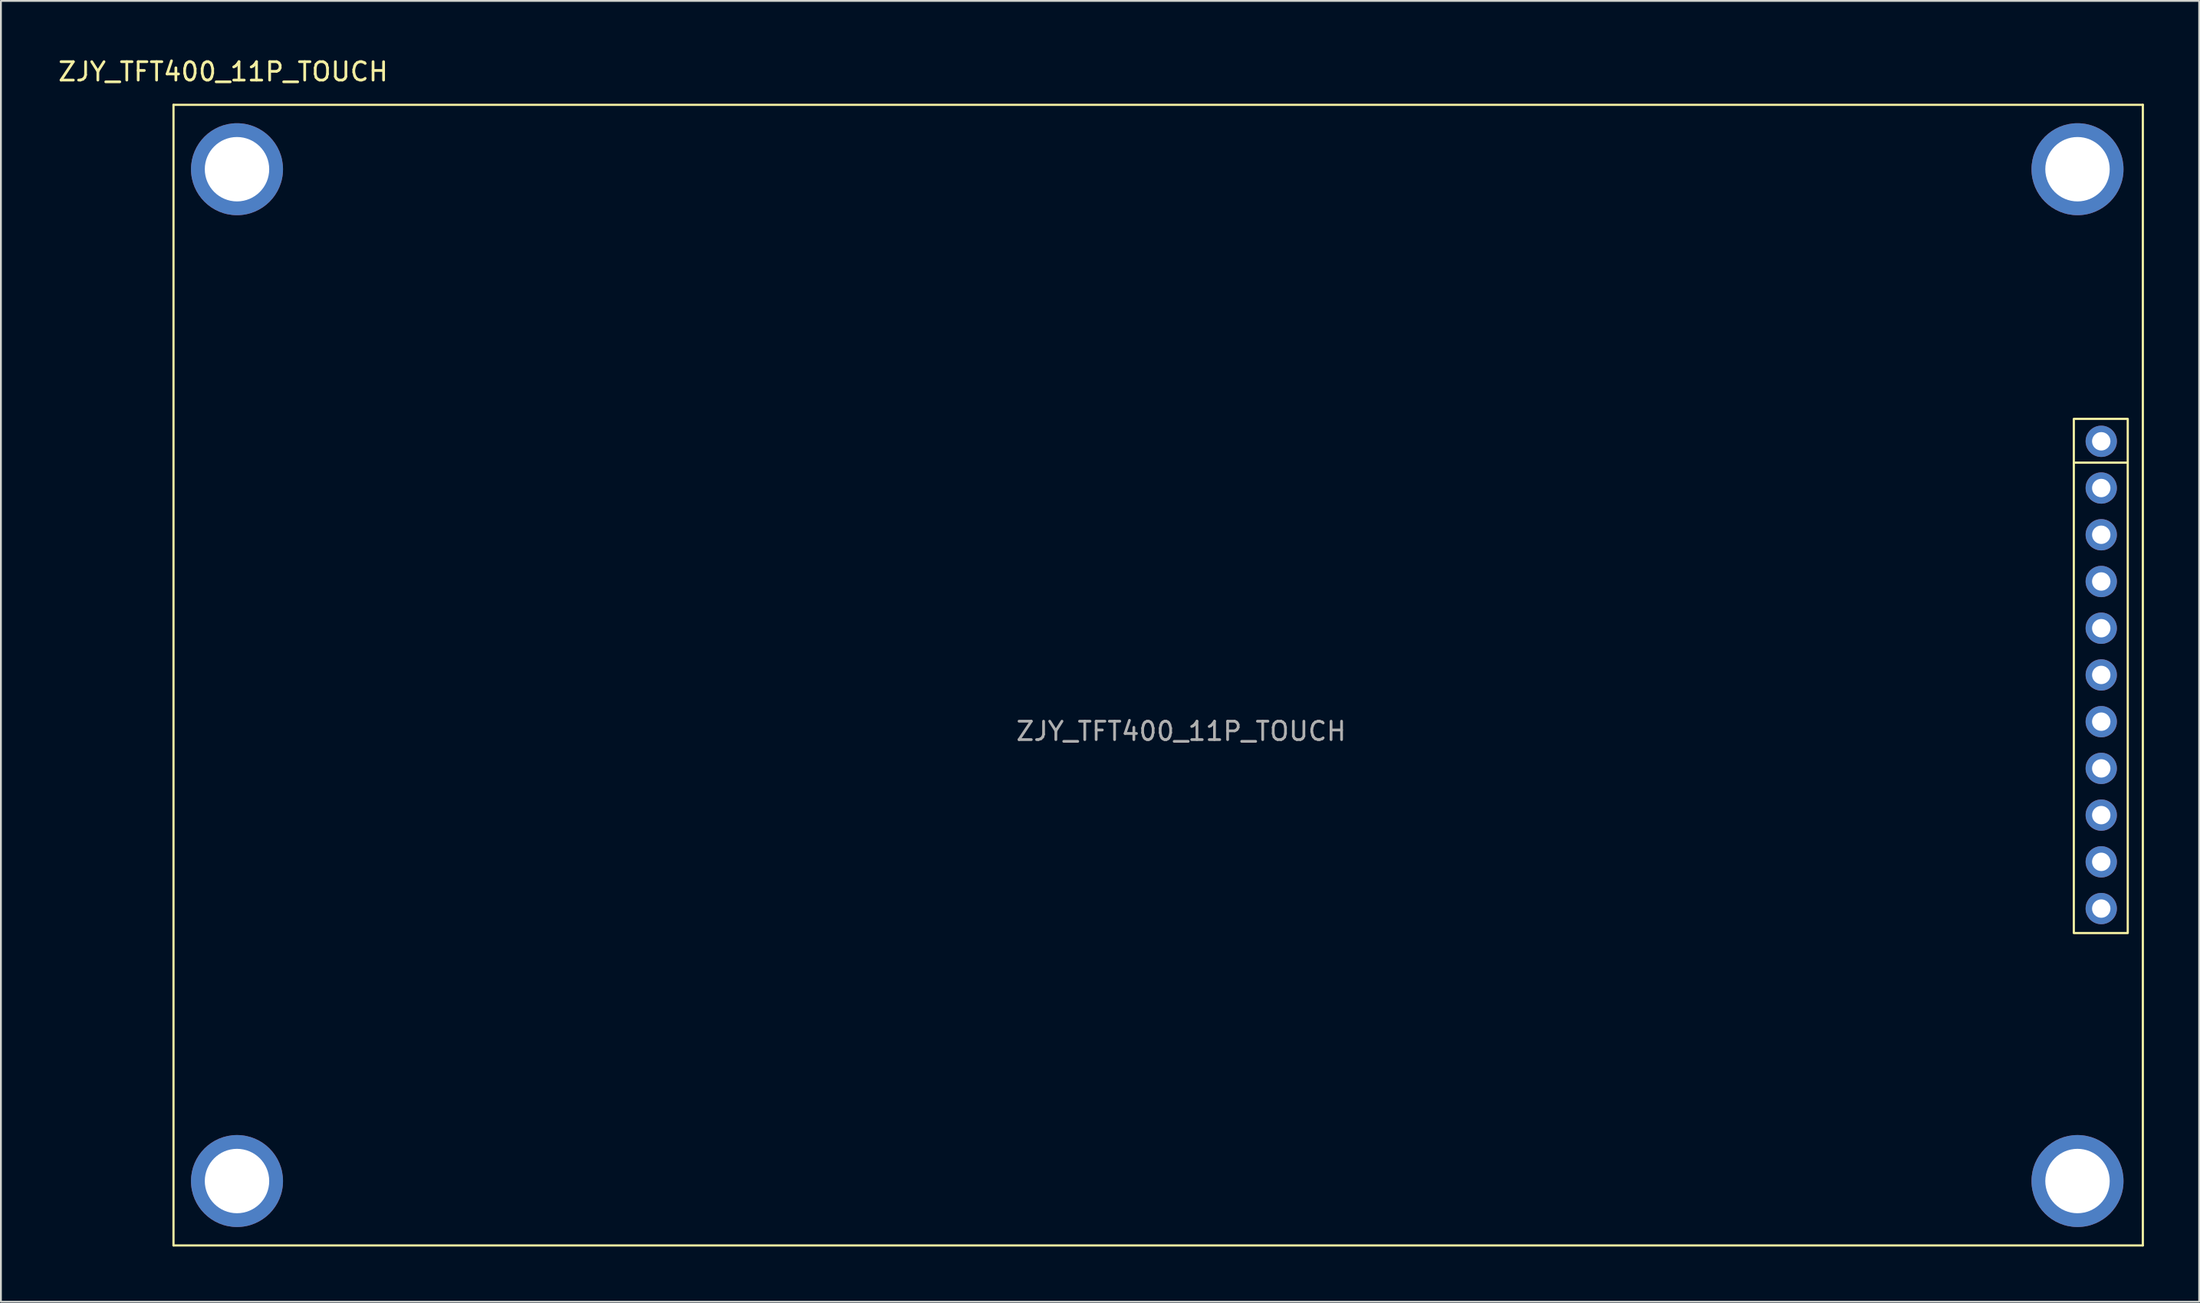
<source format=kicad_pcb>
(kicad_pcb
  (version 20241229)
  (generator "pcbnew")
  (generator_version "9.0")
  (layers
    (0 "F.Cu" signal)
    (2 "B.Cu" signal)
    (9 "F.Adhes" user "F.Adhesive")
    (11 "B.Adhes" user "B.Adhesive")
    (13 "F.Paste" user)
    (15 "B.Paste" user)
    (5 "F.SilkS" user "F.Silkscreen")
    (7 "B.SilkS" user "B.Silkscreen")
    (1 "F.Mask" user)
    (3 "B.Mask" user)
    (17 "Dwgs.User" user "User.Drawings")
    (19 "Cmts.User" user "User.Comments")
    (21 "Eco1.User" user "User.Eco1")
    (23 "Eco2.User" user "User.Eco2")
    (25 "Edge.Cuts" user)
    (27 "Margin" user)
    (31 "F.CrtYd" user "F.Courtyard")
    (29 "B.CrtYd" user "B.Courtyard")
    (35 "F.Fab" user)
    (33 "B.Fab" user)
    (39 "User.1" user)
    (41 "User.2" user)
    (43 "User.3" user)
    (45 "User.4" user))
  (footprint "ZJY_TFT400_11P_TOUCH"
    (layer "F.Cu")
    (at 61.077 38.498)
    (property "Reference" "ZJY_TFT400_11P_TOUCH" (at -52 -37.65 0) (unlocked yes) (layer "F.SilkS") (effects (font (size 1 1) (thickness 0.15))))
    (attr through_hole)
    (fp_line (start -54.7 26.15) (end -54.7 -35.85) (stroke (width 0.12) (type default)) (layer "F.SilkS"))
    (fp_line (start 48.6 -16.4) (end 51.45 -16.4) (stroke (width 0.12) (type default)) (layer "F.SilkS"))
    (fp_line (start 52.3 -35.85) (end -54.7 -35.85) (stroke (width 0.12) (type default)) (layer "F.SilkS"))
    (fp_line (start 52.3 26.15) (end -54.7 26.15) (stroke (width 0.12) (type default)) (layer "F.SilkS"))
    (fp_line (start 52.3 26.15) (end 52.3 -35.85) (stroke (width 0.12) (type default)) (layer "F.SilkS"))
    (fp_rect (start 48.55 -18.78) (end 51.48 9.17) (stroke (width 0.12) (type default)) (fill no) (layer "F.SilkS"))
    (fp_text user "${REFERENCE}" (at 0.05 -1.8 0) (unlocked yes) (layer "F.Fab") (effects (font (size 1 1) (thickness 0.15))))
    (pad "1" thru_hole circle (at -51.25 -32.35) (size 5 5) (drill 3.5) (layers "*.Cu" "*.Mask"))
    (pad "1" thru_hole circle (at -51.25 22.65) (size 5 5) (drill 3.5) (layers "*.Cu" "*.Mask"))
    (pad "1" thru_hole circle (at 48.75 -32.35) (size 5 5) (drill 3.5) (layers "*.Cu" "*.Mask"))
    (pad "1" thru_hole circle (at 48.75 22.65) (size 5 5) (drill 3.5) (layers "*.Cu" "*.Mask"))
    (pad "1" thru_hole circle (at 50.04 -17.56) (size 1.7 1.7) (drill 1) (layers "*.Cu" "*.Mask"))
    (pad "2" thru_hole circle (at 50.04 -15.02) (size 1.7 1.7) (drill 1) (layers "*.Cu" "*.Mask"))
    (pad "3" thru_hole circle (at 50.04 -12.48) (size 1.7 1.7) (drill 1) (layers "*.Cu" "*.Mask"))
    (pad "4" thru_hole circle (at 50.04 -9.94) (size 1.7 1.7) (drill 1) (layers "*.Cu" "*.Mask"))
    (pad "5" thru_hole circle (at 50.04 -7.4) (size 1.7 1.7) (drill 1) (layers "*.Cu" "*.Mask"))
    (pad "6" thru_hole circle (at 50.04 -4.86) (size 1.7 1.7) (drill 1) (layers "*.Cu" "*.Mask"))
    (pad "7" thru_hole circle (at 50.04 -2.32) (size 1.7 1.7) (drill 1) (layers "*.Cu" "*.Mask"))
    (pad "8" thru_hole circle (at 50.04 0.22) (size 1.7 1.7) (drill 1) (layers "*.Cu" "*.Mask"))
    (pad "9" thru_hole circle (at 50.04 2.76) (size 1.7 1.7) (drill 1) (layers "*.Cu" "*.Mask"))
    (pad "10" thru_hole circle (at 50.04 5.3) (size 1.7 1.7) (drill 1) (layers "*.Cu" "*.Mask"))
    (pad "11" thru_hole circle (at 50.04 7.84) (size 1.7 1.7) (drill 1) (layers "*.Cu" "*.Mask")))
  (gr_rect
    (start -3 -3)
    (end 116.437 67.708)
    (stroke (width 0.1) (type default))
    (fill no)
    (layer "Edge.Cuts")))
</source>
